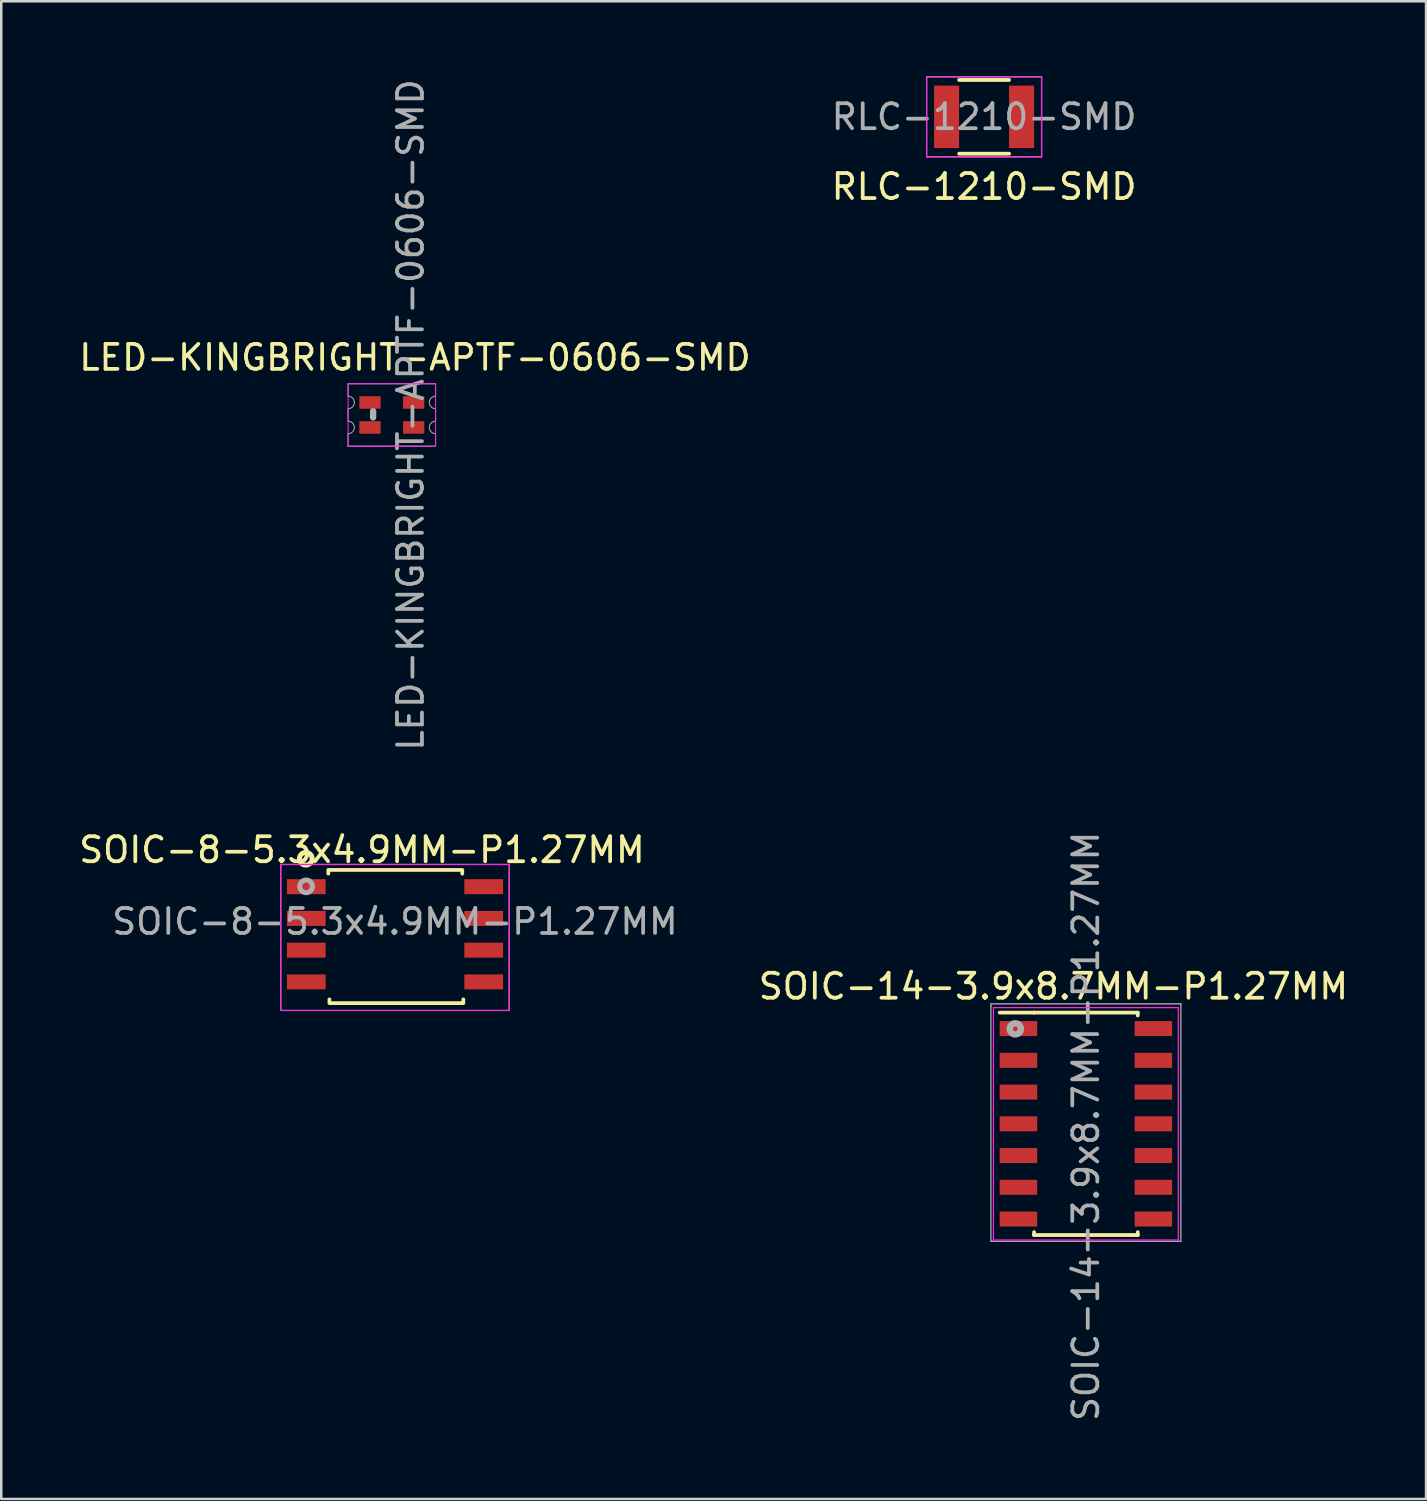
<source format=kicad_pcb>
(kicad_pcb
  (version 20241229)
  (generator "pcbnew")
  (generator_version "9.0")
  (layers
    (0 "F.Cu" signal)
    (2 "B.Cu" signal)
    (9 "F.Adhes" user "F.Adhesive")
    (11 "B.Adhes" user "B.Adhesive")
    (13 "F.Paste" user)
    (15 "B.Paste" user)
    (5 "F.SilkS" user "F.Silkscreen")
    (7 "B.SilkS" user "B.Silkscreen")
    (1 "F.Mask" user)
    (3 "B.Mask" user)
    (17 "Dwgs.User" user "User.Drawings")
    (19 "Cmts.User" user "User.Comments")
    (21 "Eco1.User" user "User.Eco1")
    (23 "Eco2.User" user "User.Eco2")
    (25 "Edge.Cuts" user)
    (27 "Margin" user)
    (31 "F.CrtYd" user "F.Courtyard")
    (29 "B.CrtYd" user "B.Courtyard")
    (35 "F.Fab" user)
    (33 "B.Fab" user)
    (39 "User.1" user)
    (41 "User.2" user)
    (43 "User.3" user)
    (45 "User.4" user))
  (footprint "SOIC-14-3.9x8.7MM-P1.27MM"
    (layer "F.Cu")
    (at 40.401 41.918)
    (property "Reference" "SOIC-14-3.9x8.7MM-P1.27MM" (at 0 0.1 90) (layer "F.Fab") (effects (font (size 1 1) (thickness 0.15))))
    (attr smd)
    (fp_line (start -2.075 -4.45) (end -3.45 -4.45) (stroke (width 0.15) (type solid)) (layer "F.SilkS"))
    (fp_line (start -2.075 -4.45) (end 2.075 -4.45) (stroke (width 0.15) (type solid)) (layer "F.SilkS"))
    (fp_line (start -2.075 4.45) (end -2.075 4.335) (stroke (width 0.15) (type solid)) (layer "F.SilkS"))
    (fp_line (start -2.075 4.45) (end 2.075 4.45) (stroke (width 0.15) (type solid)) (layer "F.SilkS"))
    (fp_line (start 2.075 -4.45) (end 2.075 -4.335) (stroke (width 0.15) (type solid)) (layer "F.SilkS"))
    (fp_line (start 2.075 4.45) (end 2.075 4.335) (stroke (width 0.15) (type solid)) (layer "F.SilkS"))
    (fp_line (start -3.7 -4.65) (end -3.7 4.65) (stroke (width 0.05) (type solid)) (layer "F.CrtYd"))
    (fp_line (start -3.7 -4.65) (end 3.7 -4.65) (stroke (width 0.05) (type solid)) (layer "F.CrtYd"))
    (fp_line (start -3.7 4.65) (end 3.7 4.65) (stroke (width 0.05) (type solid)) (layer "F.CrtYd"))
    (fp_line (start 3.7 -4.65) (end 3.7 4.65) (stroke (width 0.05) (type solid)) (layer "F.CrtYd"))
    (fp_line (start -3.8 -4.8) (end -3.8 -4.7) (stroke (width 0.051) (type solid)) (layer "F.Fab"))
    (fp_line (start -3.8 -4.7) (end -3.8 4.7) (stroke (width 0.051) (type solid)) (layer "F.Fab"))
    (fp_line (start -3.8 4.7) (end 3.8 4.7) (stroke (width 0.051) (type solid)) (layer "F.Fab"))
    (fp_line (start 3.8 -4.8) (end -3.8 -4.8) (stroke (width 0.051) (type solid)) (layer "F.Fab"))
    (fp_line (start 3.8 4.7) (end 3.8 -4.8) (stroke (width 0.051) (type solid)) (layer "F.Fab"))
    (fp_circle (center -2.824 -3.8) (end -2.724 -3.6) (stroke (width 0.254) (type solid)) (fill no) (layer "F.Fab"))
    (fp_text user "${REFERENCE}" (at -1.3 -5.5 0) (layer "F.SilkS") (effects (font (size 1 1) (thickness 0.15))))
    (pad "1" smd rect (at -2.7 -3.81) (size 1.5 0.6) (layers "F.Cu" "F.Mask" "F.Paste"))
    (pad "2" smd rect (at -2.7 -2.54) (size 1.5 0.6) (layers "F.Cu" "F.Mask" "F.Paste"))
    (pad "3" smd rect (at -2.7 -1.27) (size 1.5 0.6) (layers "F.Cu" "F.Mask" "F.Paste"))
    (pad "4" smd rect (at -2.7 0) (size 1.5 0.6) (layers "F.Cu" "F.Mask" "F.Paste"))
    (pad "5" smd rect (at -2.7 1.27) (size 1.5 0.6) (layers "F.Cu" "F.Mask" "F.Paste"))
    (pad "6" smd rect (at -2.7 2.54) (size 1.5 0.6) (layers "F.Cu" "F.Mask" "F.Paste"))
    (pad "7" smd rect (at -2.7 3.81) (size 1.5 0.6) (layers "F.Cu" "F.Mask" "F.Paste"))
    (pad "8" smd rect (at 2.7 3.81) (size 1.5 0.6) (layers "F.Cu" "F.Mask" "F.Paste"))
    (pad "9" smd rect (at 2.7 2.54) (size 1.5 0.6) (layers "F.Cu" "F.Mask" "F.Paste"))
    (pad "10" smd rect (at 2.7 1.27) (size 1.5 0.6) (layers "F.Cu" "F.Mask" "F.Paste"))
    (pad "11" smd rect (at 2.7 0) (size 1.5 0.6) (layers "F.Cu" "F.Mask" "F.Paste"))
    (pad "12" smd rect (at 2.7 -1.27) (size 1.5 0.6) (layers "F.Cu" "F.Mask" "F.Paste"))
    (pad "13" smd rect (at 2.7 -2.54) (size 1.5 0.6) (layers "F.Cu" "F.Mask" "F.Paste"))
    (pad "14" smd rect (at 2.7 -3.81) (size 1.5 0.6) (layers "F.Cu" "F.Mask" "F.Paste")))
  (footprint "SOIC-8-5.3x4.9MM-P1.27MM"
    (layer "F.Cu")
    (at 12.755 34.334)
    (property "Reference" "SOIC-8-5.3x4.9MM-P1.27MM" (at 0 -0.508 0) (layer "F.Fab") (effects (font (size 1 1) (thickness 0.15))))
    (attr smd)
    (fp_line (start -2.667 -2.571) (end -2.667 -2.426) (stroke (width 0.15) (type solid)) (layer "F.SilkS"))
    (fp_line (start -2.65 -2.575) (end 2.65 -2.575) (stroke (width 0.15) (type solid)) (layer "F.SilkS"))
    (fp_line (start -2.624 2.751) (end -2.624 2.606) (stroke (width 0.15) (type solid)) (layer "F.SilkS"))
    (fp_line (start 2.692 -2.571) (end 2.692 -2.426) (stroke (width 0.15) (type solid)) (layer "F.SilkS"))
    (fp_line (start 2.718 2.755) (end -2.582 2.755) (stroke (width 0.15) (type solid)) (layer "F.SilkS"))
    (fp_line (start 2.735 2.751) (end 2.735 2.606) (stroke (width 0.15) (type solid)) (layer "F.SilkS"))
    (fp_circle (center -3.569 -3.023) (end -3.315 -3.023) (stroke (width 0.2) (type solid)) (fill no) (layer "F.SilkS"))
    (fp_line (start -4.572 -2.794) (end -4.572 3.048) (stroke (width 0.05) (type solid)) (layer "F.CrtYd"))
    (fp_line (start -4.572 -2.794) (end 4.572 -2.794) (stroke (width 0.05) (type solid)) (layer "F.CrtYd"))
    (fp_line (start -4.572 3.048) (end 4.572 3.048) (stroke (width 0.05) (type solid)) (layer "F.CrtYd"))
    (fp_line (start 4.572 -2.794) (end 4.572 3.048) (stroke (width 0.05) (type solid)) (layer "F.CrtYd"))
    (fp_line (start -4.572 -2.794) (end -4.572 3.048) (stroke (width 0.05) (type solid)) (layer "F.Fab"))
    (fp_line (start -4.572 -2.794) (end 4.572 -2.794) (stroke (width 0.05) (type solid)) (layer "F.Fab"))
    (fp_line (start -4.572 3.048) (end 4.572 3.048) (stroke (width 0.05) (type solid)) (layer "F.Fab"))
    (fp_line (start 4.572 -2.794) (end 4.572 3.048) (stroke (width 0.05) (type solid)) (layer "F.Fab"))
    (fp_circle (center -3.556 -1.918) (end -3.302 -1.918) (stroke (width 0.2) (type solid)) (fill no) (layer "F.Fab"))
    (fp_text user "${REFERENCE}" (at -1.321 -3.378 0) (layer "F.SilkS") (effects (font (size 1 1) (thickness 0.15))))
    (pad "1" smd rect (at -3.55 -1.905) (size 1.55 0.6) (layers "F.Cu" "F.Mask" "F.Paste"))
    (pad "2" smd rect (at -3.55 -0.635) (size 1.55 0.6) (layers "F.Cu" "F.Mask" "F.Paste"))
    (pad "3" smd rect (at -3.55 0.635) (size 1.55 0.6) (layers "F.Cu" "F.Mask" "F.Paste"))
    (pad "4" smd rect (at -3.55 1.905) (size 1.55 0.6) (layers "F.Cu" "F.Mask" "F.Paste"))
    (pad "5" smd rect (at 3.55 1.905) (size 1.55 0.6) (layers "F.Cu" "F.Mask" "F.Paste"))
    (pad "6" smd rect (at 3.55 0.635) (size 1.55 0.6) (layers "F.Cu" "F.Mask" "F.Paste"))
    (pad "7" smd rect (at 3.55 -0.635) (size 1.55 0.6) (layers "F.Cu" "F.Mask" "F.Paste"))
    (pad "8" smd rect (at 3.55 -1.905) (size 1.55 0.6) (layers "F.Cu" "F.Mask" "F.Paste")))
  (footprint "RLC-1210-SMD"
    (layer "F.Cu")
    (at 36.327 1.625)
    (property "Reference" "RLC-1210-SMD" (at 0 0 0) (layer "F.Fab") (effects (font (size 1 1) (thickness 0.15))))
    (attr smd)
    (fp_line (start -1 1.475) (end 1 1.475) (stroke (width 0.15) (type solid)) (layer "F.SilkS"))
    (fp_line (start 1 -1.475) (end -1 -1.475) (stroke (width 0.15) (type solid)) (layer "F.SilkS"))
    (fp_line (start -2.3 -1.6) (end -2.3 1.6) (stroke (width 0.05) (type solid)) (layer "F.CrtYd"))
    (fp_line (start -2.3 -1.6) (end 2.3 -1.6) (stroke (width 0.05) (type solid)) (layer "F.CrtYd"))
    (fp_line (start -2.3 1.6) (end 2.3 1.6) (stroke (width 0.05) (type solid)) (layer "F.CrtYd"))
    (fp_line (start 2.3 -1.6) (end 2.3 1.6) (stroke (width 0.05) (type solid)) (layer "F.CrtYd"))
    (fp_line (start -2.3 -1.6) (end -2.3 1.6) (stroke (width 0.05) (type solid)) (layer "F.Fab"))
    (fp_line (start -2.3 -1.6) (end 2.3 -1.6) (stroke (width 0.05) (type solid)) (layer "F.Fab"))
    (fp_line (start -2.3 1.6) (end 2.3 1.6) (stroke (width 0.05) (type solid)) (layer "F.Fab"))
    (fp_line (start 2.3 -1.6) (end 2.3 1.6) (stroke (width 0.05) (type solid)) (layer "F.Fab"))
    (fp_text user "${REFERENCE}" (at 0 2.794 0) (layer "F.SilkS") (effects (font (size 1 1) (thickness 0.15))))
    (pad "1" smd rect (at -1.5 0) (size 1 2.5) (layers "F.Cu" "F.Mask" "F.Paste"))
    (pad "2" smd rect (at 1.5 0) (size 1 2.5) (layers "F.Cu" "F.Mask" "F.Paste")))
  (footprint "LED-KINGBRIGHT-APTF-0606-SMD"
    (layer "F.Cu")
    (at 12.629 13.554)
    (property "Reference" "LED-KINGBRIGHT-APTF-0606-SMD" (at 0.75 0 90) (layer "F.Fab") (effects (font (size 1 1) (thickness 0.15))))
    (attr through_hole)
    (fp_line (start -1.75 -1.25) (end 1.75 -1.25) (stroke (width 0.041) (type solid)) (layer "F.CrtYd"))
    (fp_line (start -1.75 1.25) (end -1.75 -1.25) (stroke (width 0.041) (type solid)) (layer "F.CrtYd"))
    (fp_line (start 1.75 -1.25) (end 1.75 1.25) (stroke (width 0.041) (type solid)) (layer "F.CrtYd"))
    (fp_line (start 1.75 1.25) (end -1.75 1.25) (stroke (width 0.041) (type solid)) (layer "F.CrtYd"))
    (fp_line (start -1.75 -1.25) (end -1.75 -0.75) (stroke (width 0.041) (type solid)) (layer "F.Fab"))
    (fp_line (start -1.75 -0.25) (end -1.75 0.25) (stroke (width 0.041) (type solid)) (layer "F.Fab"))
    (fp_line (start -1.75 0.75) (end -1.75 1.25) (stroke (width 0.041) (type solid)) (layer "F.Fab"))
    (fp_line (start -1.75 1.25) (end 1.75 1.25) (stroke (width 0.041) (type solid)) (layer "F.Fab"))
    (fp_line (start -0.75 -0.15) (end -0.75 0.1) (stroke (width 0.254) (type solid)) (layer "F.Fab"))
    (fp_line (start 1.75 -1.25) (end -1.75 -1.25) (stroke (width 0.041) (type solid)) (layer "F.Fab"))
    (fp_line (start 1.75 -0.75) (end 1.75 -1.25) (stroke (width 0.041) (type solid)) (layer "F.Fab"))
    (fp_line (start 1.75 0.25) (end 1.75 -0.25) (stroke (width 0.041) (type solid)) (layer "F.Fab"))
    (fp_line (start 1.75 1.25) (end 1.75 0.75) (stroke (width 0.041) (type solid)) (layer "F.Fab"))
    (fp_arc (start -1.75 -0.75) (mid -1.5 -0.5) (end -1.75 -0.25) (stroke (width 0.04064) (type solid)) (layer "F.Fab"))
    (fp_arc (start -1.75 0.25) (mid -1.5 0.5) (end -1.75 0.75) (stroke (width 0.04064) (type solid)) (layer "F.Fab"))
    (fp_arc (start 1.75 -0.25) (mid 1.5 -0.5) (end 1.75 -0.75) (stroke (width 0.04064) (type solid)) (layer "F.Fab"))
    (fp_arc (start 1.75 0.75) (mid 1.5 0.5) (end 1.75 0.25) (stroke (width 0.04064) (type solid)) (layer "F.Fab"))
    (fp_text user "${REFERENCE}" (at 0.925 -2.3 0) (layer "F.SilkS") (effects (font (size 1 1) (thickness 0.15))))
    (pad "1" smd rect (at 0.875 0.5) (size 0.85 0.5) (layers "F.Cu" "F.Mask" "F.Paste"))
    (pad "2" smd rect (at -0.875 0.5) (size 0.85 0.5) (layers "F.Cu" "F.Mask" "F.Paste"))
    (pad "3" smd rect (at -0.875 -0.5) (size 0.85 0.5) (layers "F.Cu" "F.Mask" "F.Paste"))
    (pad "4" smd rect (at 0.875 -0.5) (size 0.85 0.5) (layers "F.Cu" "F.Mask" "F.Paste")))
  (gr_rect
    (start -3 -3)
    (end 54.011 56.929)
    (stroke (width 0.1) (type default))
    (fill no)
    (layer "Edge.Cuts")))
</source>
